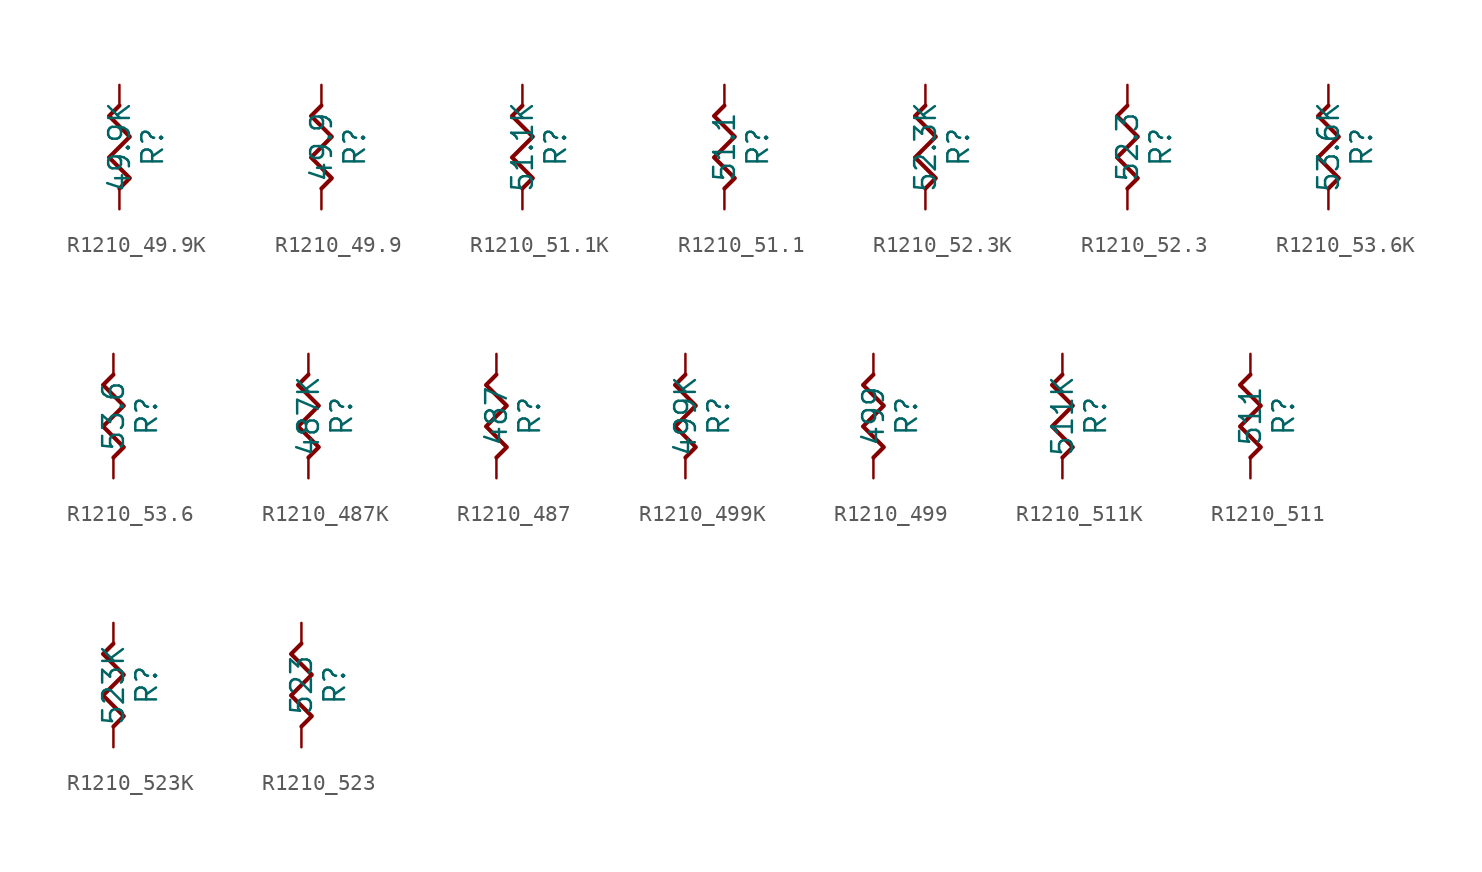
<source format=kicad_sym>
(kicad_symbol_lib
  (version 20211014)
  (generator atlantix-eda)
  (symbol "R1210_49.9K"
    (pin_numbers hide)
    (pin_names
      (offset 0))
    (property "Reference" "R"
      (at 2.032 0 90)
      (effects (font (size 1.27 1.27))))
    (property "Value" "49.9K"
      (at 0 0 90)
      (effects (font (size 1.27 1.27))))
    (symbol "R1210_49.9K_0_1"
      (polyline (pts (xy 0 -2.54) (xy 0.635 -1.905) (xy -0.635 -0.635) (xy 0.635 0.635) (xy -0.635 1.905) (xy 0 2.54)) (stroke (width 0.254) (type default) (color 0 0 0 0)) (fill (type none))))
    (symbol "R1210_49.9K_1_1"
      (pin passive line (at 0 3.81 270) (length 1.27) (name "~" (effects (font (size 1.27 1.27)))) (number "1" (effects (font (size 1.27 1.27)))))
      (pin passive line (at 0 -3.81 90) (length 1.27) (name "~" (effects (font (size 1.27 1.27)))) (number "2" (effects (font (size 1.27 1.27)))))))
  (symbol "R1210_49.9"
    (pin_numbers hide)
    (pin_names
      (offset 0))
    (property "Reference" "R"
      (at 2.032 0 90)
      (effects (font (size 1.27 1.27))))
    (property "Value" "49.9"
      (at 0 0 90)
      (effects (font (size 1.27 1.27))))
    (symbol "R1210_49.9_0_1"
      (polyline (pts (xy 0 -2.54) (xy 0.635 -1.905) (xy -0.635 -0.635) (xy 0.635 0.635) (xy -0.635 1.905) (xy 0 2.54)) (stroke (width 0.254) (type default) (color 0 0 0 0)) (fill (type none))))
    (symbol "R1210_49.9_1_1"
      (pin passive line (at 0 3.81 270) (length 1.27) (name "~" (effects (font (size 1.27 1.27)))) (number "1" (effects (font (size 1.27 1.27)))))
      (pin passive line (at 0 -3.81 90) (length 1.27) (name "~" (effects (font (size 1.27 1.27)))) (number "2" (effects (font (size 1.27 1.27)))))))
  (symbol "R1210_51.1K"
    (pin_numbers hide)
    (pin_names
      (offset 0))
    (property "Reference" "R"
      (at 2.032 0 90)
      (effects (font (size 1.27 1.27))))
    (property "Value" "51.1K"
      (at 0 0 90)
      (effects (font (size 1.27 1.27))))
    (symbol "R1210_51.1K_0_1"
      (polyline (pts (xy 0 -2.54) (xy 0.635 -1.905) (xy -0.635 -0.635) (xy 0.635 0.635) (xy -0.635 1.905) (xy 0 2.54)) (stroke (width 0.254) (type default) (color 0 0 0 0)) (fill (type none))))
    (symbol "R1210_51.1K_1_1"
      (pin passive line (at 0 3.81 270) (length 1.27) (name "~" (effects (font (size 1.27 1.27)))) (number "1" (effects (font (size 1.27 1.27)))))
      (pin passive line (at 0 -3.81 90) (length 1.27) (name "~" (effects (font (size 1.27 1.27)))) (number "2" (effects (font (size 1.27 1.27)))))))
  (symbol "R1210_51.1"
    (pin_numbers hide)
    (pin_names
      (offset 0))
    (property "Reference" "R"
      (at 2.032 0 90)
      (effects (font (size 1.27 1.27))))
    (property "Value" "51.1"
      (at 0 0 90)
      (effects (font (size 1.27 1.27))))
    (symbol "R1210_51.1_0_1"
      (polyline (pts (xy 0 -2.54) (xy 0.635 -1.905) (xy -0.635 -0.635) (xy 0.635 0.635) (xy -0.635 1.905) (xy 0 2.54)) (stroke (width 0.254) (type default) (color 0 0 0 0)) (fill (type none))))
    (symbol "R1210_51.1_1_1"
      (pin passive line (at 0 3.81 270) (length 1.27) (name "~" (effects (font (size 1.27 1.27)))) (number "1" (effects (font (size 1.27 1.27)))))
      (pin passive line (at 0 -3.81 90) (length 1.27) (name "~" (effects (font (size 1.27 1.27)))) (number "2" (effects (font (size 1.27 1.27)))))))
  (symbol "R1210_52.3K"
    (pin_numbers hide)
    (pin_names
      (offset 0))
    (property "Reference" "R"
      (at 2.032 0 90)
      (effects (font (size 1.27 1.27))))
    (property "Value" "52.3K"
      (at 0 0 90)
      (effects (font (size 1.27 1.27))))
    (symbol "R1210_52.3K_0_1"
      (polyline (pts (xy 0 -2.54) (xy 0.635 -1.905) (xy -0.635 -0.635) (xy 0.635 0.635) (xy -0.635 1.905) (xy 0 2.54)) (stroke (width 0.254) (type default) (color 0 0 0 0)) (fill (type none))))
    (symbol "R1210_52.3K_1_1"
      (pin passive line (at 0 3.81 270) (length 1.27) (name "~" (effects (font (size 1.27 1.27)))) (number "1" (effects (font (size 1.27 1.27)))))
      (pin passive line (at 0 -3.81 90) (length 1.27) (name "~" (effects (font (size 1.27 1.27)))) (number "2" (effects (font (size 1.27 1.27)))))))
  (symbol "R1210_52.3"
    (pin_numbers hide)
    (pin_names
      (offset 0))
    (property "Reference" "R"
      (at 2.032 0 90)
      (effects (font (size 1.27 1.27))))
    (property "Value" "52.3"
      (at 0 0 90)
      (effects (font (size 1.27 1.27))))
    (symbol "R1210_52.3_0_1"
      (polyline (pts (xy 0 -2.54) (xy 0.635 -1.905) (xy -0.635 -0.635) (xy 0.635 0.635) (xy -0.635 1.905) (xy 0 2.54)) (stroke (width 0.254) (type default) (color 0 0 0 0)) (fill (type none))))
    (symbol "R1210_52.3_1_1"
      (pin passive line (at 0 3.81 270) (length 1.27) (name "~" (effects (font (size 1.27 1.27)))) (number "1" (effects (font (size 1.27 1.27)))))
      (pin passive line (at 0 -3.81 90) (length 1.27) (name "~" (effects (font (size 1.27 1.27)))) (number "2" (effects (font (size 1.27 1.27)))))))
  (symbol "R1210_53.6K"
    (pin_numbers hide)
    (pin_names
      (offset 0))
    (property "Reference" "R"
      (at 2.032 0 90)
      (effects (font (size 1.27 1.27))))
    (property "Value" "53.6K"
      (at 0 0 90)
      (effects (font (size 1.27 1.27))))
    (symbol "R1210_53.6K_0_1"
      (polyline (pts (xy 0 -2.54) (xy 0.635 -1.905) (xy -0.635 -0.635) (xy 0.635 0.635) (xy -0.635 1.905) (xy 0 2.54)) (stroke (width 0.254) (type default) (color 0 0 0 0)) (fill (type none))))
    (symbol "R1210_53.6K_1_1"
      (pin passive line (at 0 3.81 270) (length 1.27) (name "~" (effects (font (size 1.27 1.27)))) (number "1" (effects (font (size 1.27 1.27)))))
      (pin passive line (at 0 -3.81 90) (length 1.27) (name "~" (effects (font (size 1.27 1.27)))) (number "2" (effects (font (size 1.27 1.27)))))))
  (symbol "R1210_53.6"
    (pin_numbers hide)
    (pin_names
      (offset 0))
    (property "Reference" "R"
      (at 2.032 0 90)
      (effects (font (size 1.27 1.27))))
    (property "Value" "53.6"
      (at 0 0 90)
      (effects (font (size 1.27 1.27))))
    (symbol "R1210_53.6_0_1"
      (polyline (pts (xy 0 -2.54) (xy 0.635 -1.905) (xy -0.635 -0.635) (xy 0.635 0.635) (xy -0.635 1.905) (xy 0 2.54)) (stroke (width 0.254) (type default) (color 0 0 0 0)) (fill (type none))))
    (symbol "R1210_53.6_1_1"
      (pin passive line (at 0 3.81 270) (length 1.27) (name "~" (effects (font (size 1.27 1.27)))) (number "1" (effects (font (size 1.27 1.27)))))
      (pin passive line (at 0 -3.81 90) (length 1.27) (name "~" (effects (font (size 1.27 1.27)))) (number "2" (effects (font (size 1.27 1.27)))))))
  (symbol "R1210_487K"
    (pin_numbers hide)
    (pin_names
      (offset 0))
    (property "Reference" "R"
      (at 2.032 0 90)
      (effects (font (size 1.27 1.27))))
    (property "Value" "487K"
      (at 0 0 90)
      (effects (font (size 1.27 1.27))))
    (symbol "R1210_487K_0_1"
      (polyline (pts (xy 0 -2.54) (xy 0.635 -1.905) (xy -0.635 -0.635) (xy 0.635 0.635) (xy -0.635 1.905) (xy 0 2.54)) (stroke (width 0.254) (type default) (color 0 0 0 0)) (fill (type none))))
    (symbol "R1210_487K_1_1"
      (pin passive line (at 0 3.81 270) (length 1.27) (name "~" (effects (font (size 1.27 1.27)))) (number "1" (effects (font (size 1.27 1.27)))))
      (pin passive line (at 0 -3.81 90) (length 1.27) (name "~" (effects (font (size 1.27 1.27)))) (number "2" (effects (font (size 1.27 1.27)))))))
  (symbol "R1210_487"
    (pin_numbers hide)
    (pin_names
      (offset 0))
    (property "Reference" "R"
      (at 2.032 0 90)
      (effects (font (size 1.27 1.27))))
    (property "Value" "487"
      (at 0 0 90)
      (effects (font (size 1.27 1.27))))
    (symbol "R1210_487_0_1"
      (polyline (pts (xy 0 -2.54) (xy 0.635 -1.905) (xy -0.635 -0.635) (xy 0.635 0.635) (xy -0.635 1.905) (xy 0 2.54)) (stroke (width 0.254) (type default) (color 0 0 0 0)) (fill (type none))))
    (symbol "R1210_487_1_1"
      (pin passive line (at 0 3.81 270) (length 1.27) (name "~" (effects (font (size 1.27 1.27)))) (number "1" (effects (font (size 1.27 1.27)))))
      (pin passive line (at 0 -3.81 90) (length 1.27) (name "~" (effects (font (size 1.27 1.27)))) (number "2" (effects (font (size 1.27 1.27)))))))
  (symbol "R1210_499K"
    (pin_numbers hide)
    (pin_names
      (offset 0))
    (property "Reference" "R"
      (at 2.032 0 90)
      (effects (font (size 1.27 1.27))))
    (property "Value" "499K"
      (at 0 0 90)
      (effects (font (size 1.27 1.27))))
    (symbol "R1210_499K_0_1"
      (polyline (pts (xy 0 -2.54) (xy 0.635 -1.905) (xy -0.635 -0.635) (xy 0.635 0.635) (xy -0.635 1.905) (xy 0 2.54)) (stroke (width 0.254) (type default) (color 0 0 0 0)) (fill (type none))))
    (symbol "R1210_499K_1_1"
      (pin passive line (at 0 3.81 270) (length 1.27) (name "~" (effects (font (size 1.27 1.27)))) (number "1" (effects (font (size 1.27 1.27)))))
      (pin passive line (at 0 -3.81 90) (length 1.27) (name "~" (effects (font (size 1.27 1.27)))) (number "2" (effects (font (size 1.27 1.27)))))))
  (symbol "R1210_499"
    (pin_numbers hide)
    (pin_names
      (offset 0))
    (property "Reference" "R"
      (at 2.032 0 90)
      (effects (font (size 1.27 1.27))))
    (property "Value" "499"
      (at 0 0 90)
      (effects (font (size 1.27 1.27))))
    (symbol "R1210_499_0_1"
      (polyline (pts (xy 0 -2.54) (xy 0.635 -1.905) (xy -0.635 -0.635) (xy 0.635 0.635) (xy -0.635 1.905) (xy 0 2.54)) (stroke (width 0.254) (type default) (color 0 0 0 0)) (fill (type none))))
    (symbol "R1210_499_1_1"
      (pin passive line (at 0 3.81 270) (length 1.27) (name "~" (effects (font (size 1.27 1.27)))) (number "1" (effects (font (size 1.27 1.27)))))
      (pin passive line (at 0 -3.81 90) (length 1.27) (name "~" (effects (font (size 1.27 1.27)))) (number "2" (effects (font (size 1.27 1.27)))))))
  (symbol "R1210_511K"
    (pin_numbers hide)
    (pin_names
      (offset 0))
    (property "Reference" "R"
      (at 2.032 0 90)
      (effects (font (size 1.27 1.27))))
    (property "Value" "511K"
      (at 0 0 90)
      (effects (font (size 1.27 1.27))))
    (symbol "R1210_511K_0_1"
      (polyline (pts (xy 0 -2.54) (xy 0.635 -1.905) (xy -0.635 -0.635) (xy 0.635 0.635) (xy -0.635 1.905) (xy 0 2.54)) (stroke (width 0.254) (type default) (color 0 0 0 0)) (fill (type none))))
    (symbol "R1210_511K_1_1"
      (pin passive line (at 0 3.81 270) (length 1.27) (name "~" (effects (font (size 1.27 1.27)))) (number "1" (effects (font (size 1.27 1.27)))))
      (pin passive line (at 0 -3.81 90) (length 1.27) (name "~" (effects (font (size 1.27 1.27)))) (number "2" (effects (font (size 1.27 1.27)))))))
  (symbol "R1210_511"
    (pin_numbers hide)
    (pin_names
      (offset 0))
    (property "Reference" "R"
      (at 2.032 0 90)
      (effects (font (size 1.27 1.27))))
    (property "Value" "511"
      (at 0 0 90)
      (effects (font (size 1.27 1.27))))
    (symbol "R1210_511_0_1"
      (polyline (pts (xy 0 -2.54) (xy 0.635 -1.905) (xy -0.635 -0.635) (xy 0.635 0.635) (xy -0.635 1.905) (xy 0 2.54)) (stroke (width 0.254) (type default) (color 0 0 0 0)) (fill (type none))))
    (symbol "R1210_511_1_1"
      (pin passive line (at 0 3.81 270) (length 1.27) (name "~" (effects (font (size 1.27 1.27)))) (number "1" (effects (font (size 1.27 1.27)))))
      (pin passive line (at 0 -3.81 90) (length 1.27) (name "~" (effects (font (size 1.27 1.27)))) (number "2" (effects (font (size 1.27 1.27)))))))
  (symbol "R1210_523K"
    (pin_numbers hide)
    (pin_names
      (offset 0))
    (property "Reference" "R"
      (at 2.032 0 90)
      (effects (font (size 1.27 1.27))))
    (property "Value" "523K"
      (at 0 0 90)
      (effects (font (size 1.27 1.27))))
    (symbol "R1210_523K_0_1"
      (polyline (pts (xy 0 -2.54) (xy 0.635 -1.905) (xy -0.635 -0.635) (xy 0.635 0.635) (xy -0.635 1.905) (xy 0 2.54)) (stroke (width 0.254) (type default) (color 0 0 0 0)) (fill (type none))))
    (symbol "R1210_523K_1_1"
      (pin passive line (at 0 3.81 270) (length 1.27) (name "~" (effects (font (size 1.27 1.27)))) (number "1" (effects (font (size 1.27 1.27)))))
      (pin passive line (at 0 -3.81 90) (length 1.27) (name "~" (effects (font (size 1.27 1.27)))) (number "2" (effects (font (size 1.27 1.27)))))))
  (symbol "R1210_523"
    (pin_numbers hide)
    (pin_names
      (offset 0))
    (property "Reference" "R"
      (at 2.032 0 90)
      (effects (font (size 1.27 1.27))))
    (property "Value" "523"
      (at 0 0 90)
      (effects (font (size 1.27 1.27))))
    (symbol "R1210_523_0_1"
      (polyline (pts (xy 0 -2.54) (xy 0.635 -1.905) (xy -0.635 -0.635) (xy 0.635 0.635) (xy -0.635 1.905) (xy 0 2.54)) (stroke (width 0.254) (type default) (color 0 0 0 0)) (fill (type none))))
    (symbol "R1210_523_1_1"
      (pin passive line (at 0 3.81 270) (length 1.27) (name "~" (effects (font (size 1.27 1.27)))) (number "1" (effects (font (size 1.27 1.27)))))
      (pin passive line (at 0 -3.81 90) (length 1.27) (name "~" (effects (font (size 1.27 1.27)))) (number "2" (effects (font (size 1.27 1.27))))))))
</source>
